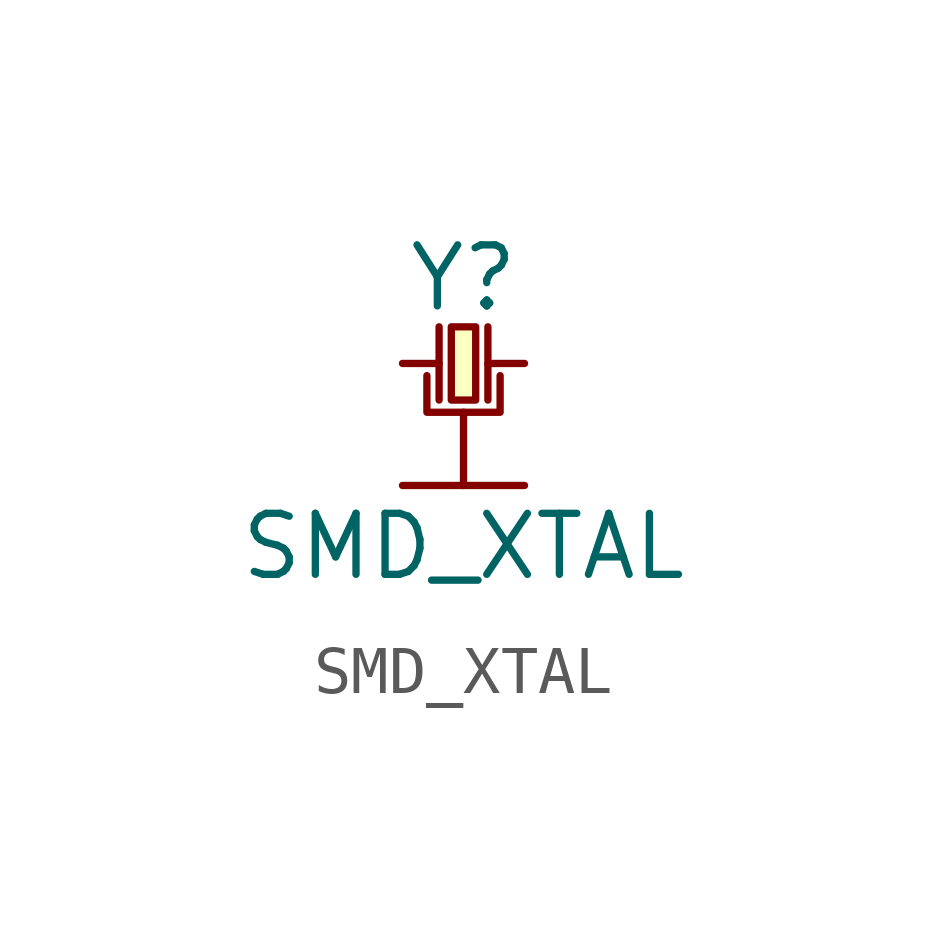
<source format=kicad_sym>
(kicad_symbol_lib
  (version 20211014)
  (generator kicad_symbol_editor)
  (symbol "SMD_XTAL"
    (pin_numbers hide)
    (pin_names
      (offset 1.016) hide)
    (property "Reference" "Y"
      (at 1.27 1.778 0)
      (effects (font (size 1.27 1.27))))
    (property "Value" "SMD_XTAL"
      (at 1.27 -3.81 0)
      (effects (font (size 1.27 1.27))))
    (symbol "SMD_XTAL_0_1"
      (polyline (pts (xy 0.762 0.762) (xy 0.762 -0.762)) (stroke (width 0) (type default) (color 0 0 0 0)) (fill (type none)))
      (polyline (pts (xy 1.27 -1.016) (xy 1.27 -2.54)) (stroke (width 0) (type default) (color 0 0 0 0)) (fill (type none)))
      (polyline (pts (xy 1.778 -0.762) (xy 1.778 0.762)) (stroke (width 0) (type default) (color 0 0 0 0)) (fill (type none)))
      (polyline (pts (xy 0.508 -0.254) (xy 0.508 -1.016) (xy 2.032 -1.016) (xy 2.032 -0.254)) (stroke (width 0) (type default) (color 0 0 0 0)) (fill (type none)))
      (rectangle (start 1.016 0.762) (end 1.524 -0.762) (stroke (width 0) (type default) (color 0 0 0 0)) (fill (type background))))
    (symbol "SMD_XTAL_1_1"
      (pin passive line (at 0 0 0) (length 0.762) (name "1" (effects (font (size 1.27 1.27)))) (number "1" (effects (font (size 1.27 1.27)))))
      (pin passive line (at 0 -2.54 0) (length 1.27) (name "2" (effects (font (size 1.27 1.27)))) (number "2" (effects (font (size 1.27 1.27)))))
      (pin passive line (at 2.54 0 180) (length 0.762) (name "3" (effects (font (size 1.27 1.27)))) (number "3" (effects (font (size 1.27 1.27)))))
      (pin passive line (at 2.54 -2.54 180) (length 1.27) (name "4" (effects (font (size 1.27 1.27)))) (number "4" (effects (font (size 1.27 1.27))))))))
</source>
